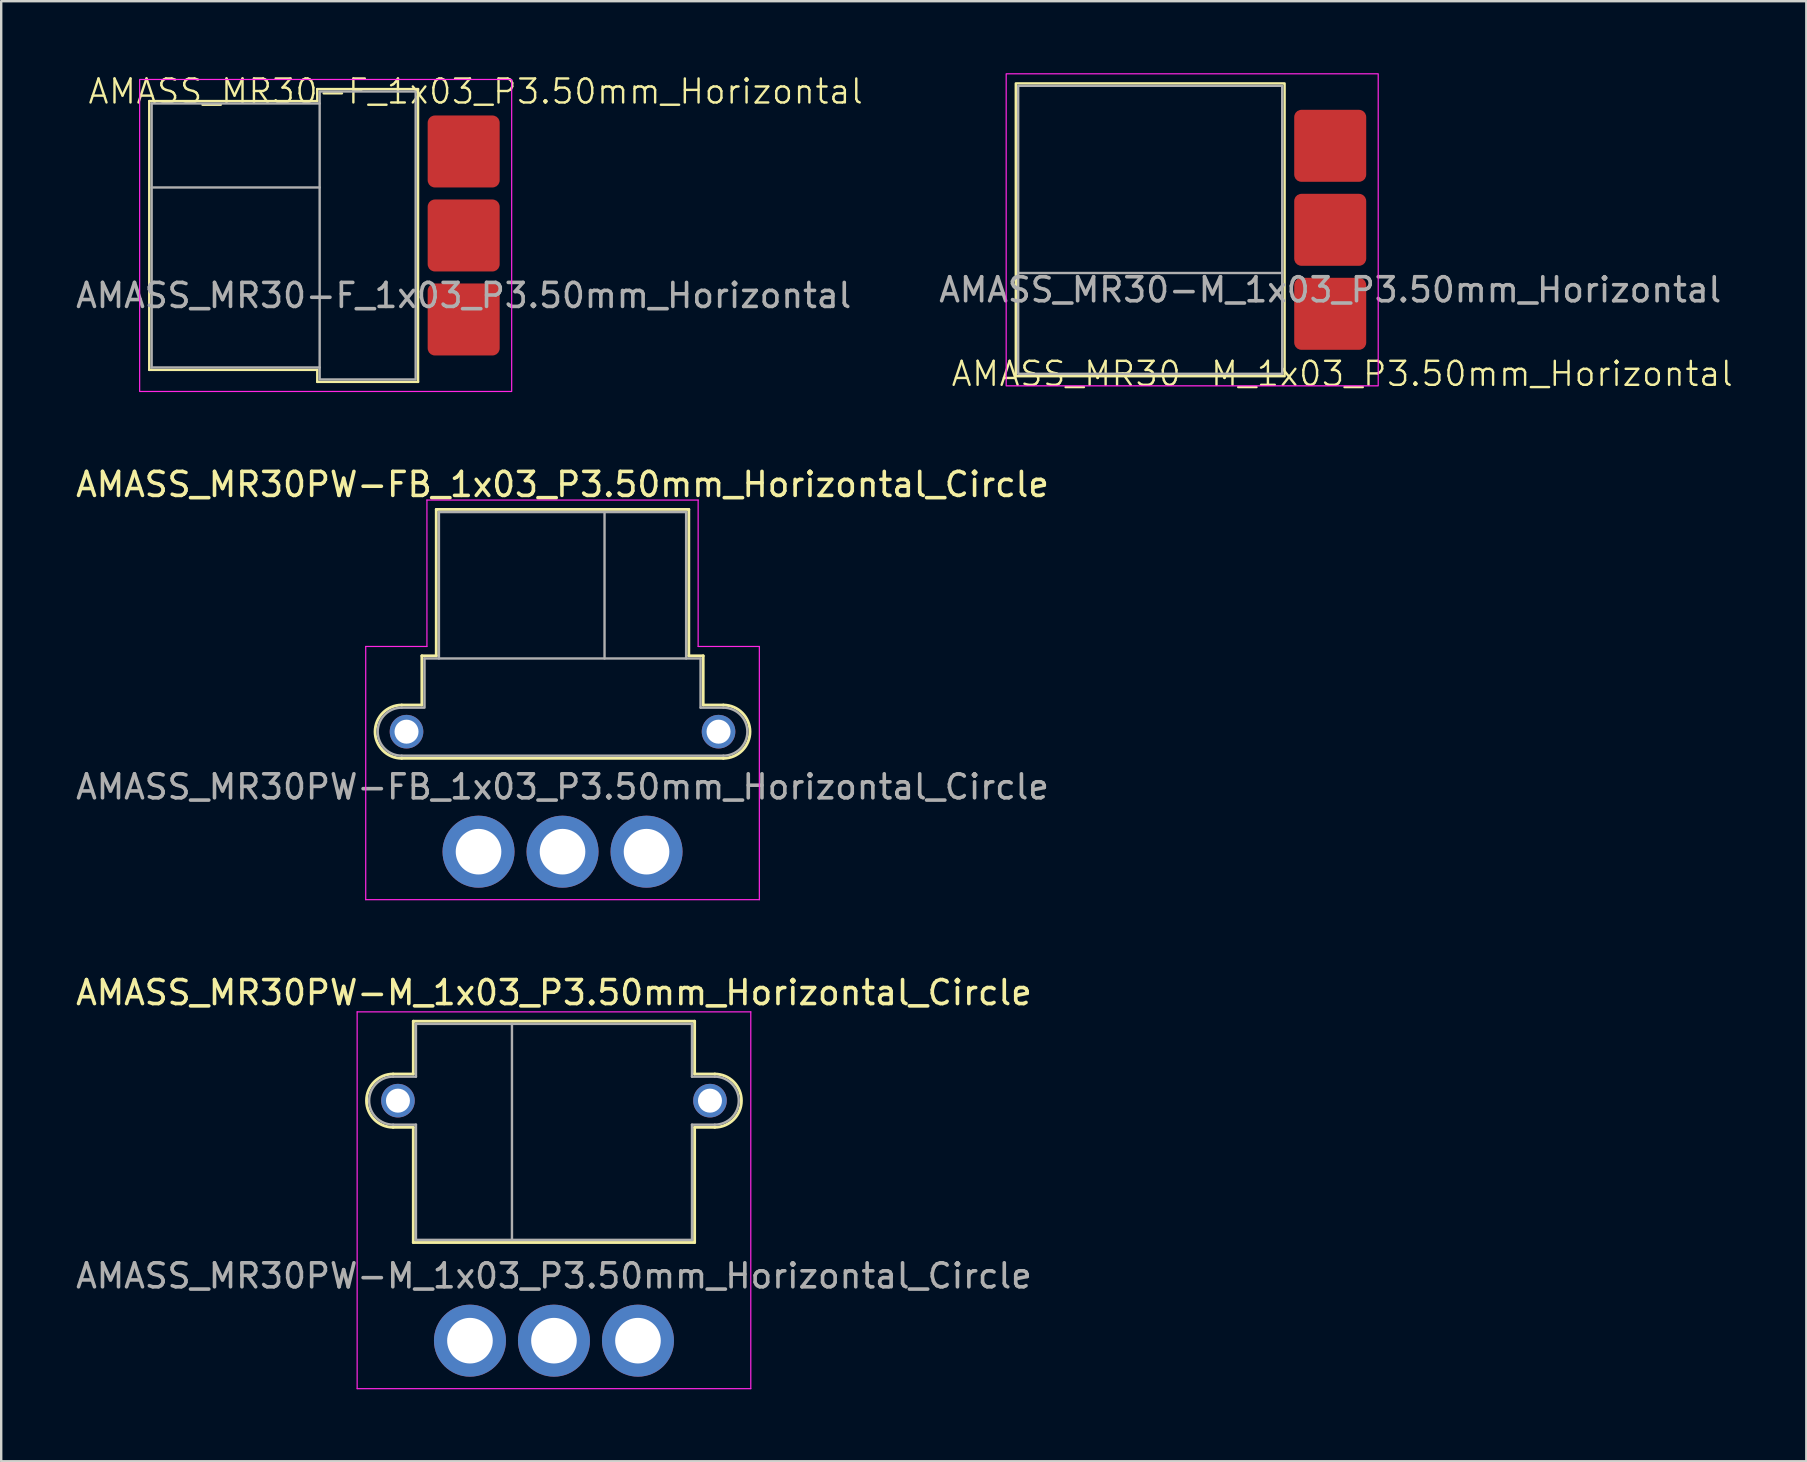
<source format=kicad_pcb>
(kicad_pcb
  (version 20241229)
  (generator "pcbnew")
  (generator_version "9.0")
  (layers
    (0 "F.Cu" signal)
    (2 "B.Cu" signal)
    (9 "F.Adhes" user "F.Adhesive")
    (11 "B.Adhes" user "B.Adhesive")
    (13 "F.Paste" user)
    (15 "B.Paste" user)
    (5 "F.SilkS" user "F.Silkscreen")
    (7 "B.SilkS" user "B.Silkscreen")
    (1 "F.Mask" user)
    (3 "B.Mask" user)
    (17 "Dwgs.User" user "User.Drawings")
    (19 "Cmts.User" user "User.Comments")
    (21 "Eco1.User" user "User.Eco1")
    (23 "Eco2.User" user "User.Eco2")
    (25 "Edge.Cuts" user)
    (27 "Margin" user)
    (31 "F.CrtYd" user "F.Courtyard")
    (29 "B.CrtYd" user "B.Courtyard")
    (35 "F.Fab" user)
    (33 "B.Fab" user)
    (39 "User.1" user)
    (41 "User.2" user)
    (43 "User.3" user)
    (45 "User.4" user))
  (footprint "AMASS_MR30PW-M_1x03_P3.50mm_Horizontal_Circle"
    (layer "F.Cu")
    (at 16.53 52.807)
    (property "Reference" "AMASS_MR30PW-M_1x03_P3.50mm_Horizontal_Circle" (at 3.5 -14.5 0) (layer "F.SilkS") (effects (font (size 1 1) (thickness 0.15))))
    (attr through_hole)
    (fp_line (start -3.2 -11.11) (end -2.36 -11.11) (stroke (width 0.12) (type solid)) (layer "F.SilkS"))
    (fp_line (start -3.2 -8.89) (end -2.36 -8.89) (stroke (width 0.12) (type solid)) (layer "F.SilkS"))
    (fp_line (start -2.36 -13.31) (end -2.36 -11.11) (stroke (width 0.12) (type solid)) (layer "F.SilkS"))
    (fp_line (start -2.36 -13.31) (end 9.36 -13.31) (stroke (width 0.12) (type solid)) (layer "F.SilkS"))
    (fp_line (start -2.36 -8.89) (end -2.36 -4.09) (stroke (width 0.12) (type solid)) (layer "F.SilkS"))
    (fp_line (start -2.36 -4.09) (end 9.36 -4.09) (stroke (width 0.12) (type solid)) (layer "F.SilkS"))
    (fp_line (start 9.36 -13.31) (end 9.36 -11.11) (stroke (width 0.12) (type solid)) (layer "F.SilkS"))
    (fp_line (start 9.36 -11.11) (end 10.2 -11.11) (stroke (width 0.12) (type solid)) (layer "F.SilkS"))
    (fp_line (start 9.36 -8.89) (end 9.36 -4.09) (stroke (width 0.12) (type solid)) (layer "F.SilkS"))
    (fp_line (start 9.36 -8.89) (end 10.2 -8.89) (stroke (width 0.12) (type solid)) (layer "F.SilkS"))
    (fp_arc (start -3.2 -8.89) (mid -4.31 -10) (end -3.2 -11.11) (stroke (width 0.12) (type solid)) (layer "F.SilkS"))
    (fp_arc (start 10.2 -11.11) (mid 11.31 -10) (end 10.2 -8.89) (stroke (width 0.12) (type solid)) (layer "F.SilkS"))
    (fp_line (start -4.7 -13.7) (end -4.7 2) (stroke (width 0.05) (type solid)) (layer "F.CrtYd"))
    (fp_line (start -4.7 -13.7) (end 11.7 -13.7) (stroke (width 0.05) (type solid)) (layer "F.CrtYd"))
    (fp_line (start -4.7 2) (end 11.7 2) (stroke (width 0.05) (type solid)) (layer "F.CrtYd"))
    (fp_line (start 11.7 -13.7) (end 11.7 2) (stroke (width 0.05) (type solid)) (layer "F.CrtYd"))
    (fp_line (start -3.2 -11) (end -2.25 -11) (stroke (width 0.1) (type solid)) (layer "F.Fab"))
    (fp_line (start -3.2 -9) (end -2.25 -9) (stroke (width 0.1) (type solid)) (layer "F.Fab"))
    (fp_line (start -2.25 -13.2) (end -2.25 -11) (stroke (width 0.1) (type solid)) (layer "F.Fab"))
    (fp_line (start -2.25 -13.2) (end 9.25 -13.2) (stroke (width 0.1) (type solid)) (layer "F.Fab"))
    (fp_line (start -2.25 -9) (end -2.25 -4.2) (stroke (width 0.1) (type solid)) (layer "F.Fab"))
    (fp_line (start -2.25 -4.2) (end 9.25 -4.2) (stroke (width 0.1) (type solid)) (layer "F.Fab"))
    (fp_line (start 1.75 -13.2) (end 1.75 -4.2) (stroke (width 0.1) (type solid)) (layer "F.Fab"))
    (fp_line (start 9.25 -13.2) (end 9.25 -11) (stroke (width 0.1) (type solid)) (layer "F.Fab"))
    (fp_line (start 9.25 -11) (end 10.2 -11) (stroke (width 0.1) (type solid)) (layer "F.Fab"))
    (fp_line (start 9.25 -9) (end 9.25 -4.2) (stroke (width 0.1) (type solid)) (layer "F.Fab"))
    (fp_line (start 9.25 -9) (end 10.2 -9) (stroke (width 0.1) (type solid)) (layer "F.Fab"))
    (fp_arc (start -3.2 -9) (mid -4.2 -10) (end -3.2 -11) (stroke (width 0.1) (type solid)) (layer "F.Fab"))
    (fp_arc (start 10.2 -11) (mid 11.2 -10) (end 10.2 -9) (stroke (width 0.1) (type solid)) (layer "F.Fab"))
    (fp_text user "${REFERENCE}" (at 3.5 -2.7 0) (layer "F.Fab") (effects (font (size 1 1) (thickness 0.15))))
    (pad "" thru_hole circle (at -3 -10) (size 1.4 1.4) (drill 1) (layers "*.Cu" "*.Mask"))
    (pad "" thru_hole circle (at 10 -10) (size 1.4 1.4) (drill 1) (layers "*.Cu" "*.Mask"))
    (pad "1" thru_hole circle (at 0 0) (size 3 3) (drill 1.9) (layers "*.Cu" "*.Mask"))
    (pad "2" thru_hole circle (at 3.5 0) (size 3 3) (drill 1.9) (layers "*.Cu" "*.Mask"))
    (pad "3" thru_hole circle (at 7 0) (size 3 3) (drill 1.9) (layers "*.Cu" "*.Mask")))
  (footprint "AMASS_MR30-M_1x03_P3.50mm_Horizontal"
    (layer "F.Cu")
    (at 52.371 6.525)
    (property "Reference" "AMASS_MR30-M_1x03_P3.50mm_Horizontal" (at 0.5 6 0) (unlocked yes) (layer "F.SilkS") (effects (font (size 1 1) (thickness 0.1))))
    (attr smd)
    (fp_rect (start -13.1 -6.1) (end -1.9 6.1) (stroke (width 0.1) (type default)) (fill no) (layer "F.SilkS"))
    (fp_rect (start -13.5 -6.5) (end 2 6.5) (stroke (width 0.05) (type default)) (fill no) (layer "F.CrtYd"))
    (fp_line (start -2 1.8) (end -13 1.8) (stroke (width 0.1) (type default)) (layer "F.Fab"))
    (fp_rect (start -13 -6) (end -2 6) (stroke (width 0.1) (type default)) (fill no) (layer "F.Fab"))
    (fp_text user "${REFERENCE}" (at 0 2.5 0) (unlocked yes) (layer "F.Fab") (effects (font (size 1 1) (thickness 0.15))))
    (pad "1" smd roundrect (at 0 3.5) (size 3 3) (layers "F.Cu" "F.Mask" "F.Paste") (roundrect_rratio 0.1))
    (pad "2" smd roundrect (at 0 0) (size 3 3) (layers "F.Cu" "F.Mask" "F.Paste") (roundrect_rratio 0.1))
    (pad "3" smd roundrect (at 0 -3.5) (size 3 3) (layers "F.Cu" "F.Mask" "F.Paste") (roundrect_rratio 0.1)))
  (footprint "AMASS_MR30-F_1x03_P3.50mm_Horizontal"
    (layer "F.Cu")
    (at 16.268 6.761)
    (property "Reference" "AMASS_MR30-F_1x03_P3.50mm_Horizontal" (at 0.5 -6 0) (unlocked yes) (layer "F.SilkS") (effects (font (size 1 1) (thickness 0.1))))
    (attr smd)
    (fp_line (start -13.1 -5.6) (end -13.1 5.6) (stroke (width 0.1) (type default)) (layer "F.SilkS"))
    (fp_line (start -13.1 5.6) (end -6.1 5.6) (stroke (width 0.1) (type default)) (layer "F.SilkS"))
    (fp_line (start -6.1 -6.1) (end -6.1 -5.6) (stroke (width 0.1) (type default)) (layer "F.SilkS"))
    (fp_line (start -6.1 -5.6) (end -13.1 -5.6) (stroke (width 0.1) (type default)) (layer "F.SilkS"))
    (fp_line (start -6.1 5.6) (end -6.1 6.1) (stroke (width 0.1) (type default)) (layer "F.SilkS"))
    (fp_line (start -6.1 6.1) (end -1.9 6.1) (stroke (width 0.1) (type default)) (layer "F.SilkS"))
    (fp_line (start -1.9 -6.1) (end -6.1 -6.1) (stroke (width 0.1) (type default)) (layer "F.SilkS"))
    (fp_line (start -1.9 6.1) (end -1.9 -6.1) (stroke (width 0.1) (type default)) (layer "F.SilkS"))
    (fp_rect (start -13.5 -6.5) (end 2 6.5) (stroke (width 0.05) (type default)) (fill no) (layer "F.CrtYd"))
    (fp_line (start -13 -5.5) (end -13 5.5) (stroke (width 0.1) (type default)) (layer "F.Fab"))
    (fp_line (start -13 5.5) (end -6 5.5) (stroke (width 0.1) (type default)) (layer "F.Fab"))
    (fp_line (start -6 -5.5) (end -13 -5.5) (stroke (width 0.1) (type default)) (layer "F.Fab"))
    (fp_line (start -6 -2) (end -13 -2) (stroke (width 0.1) (type default)) (layer "F.Fab"))
    (fp_rect (start -6 -6) (end -2 6) (stroke (width 0.1) (type default)) (fill no) (layer "F.Fab"))
    (fp_text user "${REFERENCE}" (at 0 2.5 0) (unlocked yes) (layer "F.Fab") (effects (font (size 1 1) (thickness 0.15))))
    (pad "1" smd roundrect (at 0 -3.5) (size 3 3) (layers "F.Cu" "F.Mask" "F.Paste") (roundrect_rratio 0.1))
    (pad "2" smd roundrect (at 0 0) (size 3 3) (layers "F.Cu" "F.Mask" "F.Paste") (roundrect_rratio 0.1))
    (pad "3" smd roundrect (at 0 3.5) (size 3 3) (layers "F.Cu" "F.Mask" "F.Paste") (roundrect_rratio 0.1)))
  (footprint "AMASS_MR30PW-FB_1x03_P3.50mm_Horizontal_Circle"
    (layer "F.Cu")
    (at 23.887 32.434)
    (property "Reference" "AMASS_MR30PW-FB_1x03_P3.50mm_Horizontal_Circle" (at -3.5 -15.3 0) (layer "F.SilkS") (effects (font (size 1 1) (thickness 0.15))))
    (attr through_hole)
    (fp_line (start -10.2 -6.11) (end -9.36 -6.11) (stroke (width 0.12) (type solid)) (layer "F.SilkS"))
    (fp_line (start -10.2 -3.89) (end 3.2 -3.89) (stroke (width 0.12) (type solid)) (layer "F.SilkS"))
    (fp_line (start -9.36 -8.16) (end -9.36 -6.11) (stroke (width 0.12) (type solid)) (layer "F.SilkS"))
    (fp_line (start -9.36 -8.16) (end -8.76 -8.16) (stroke (width 0.12) (type solid)) (layer "F.SilkS"))
    (fp_line (start -8.76 -14.26) (end -8.76 -8.16) (stroke (width 0.12) (type solid)) (layer "F.SilkS"))
    (fp_line (start -8.76 -14.26) (end 1.76 -14.26) (stroke (width 0.12) (type solid)) (layer "F.SilkS"))
    (fp_line (start 1.76 -14.26) (end 1.76 -8.16) (stroke (width 0.12) (type solid)) (layer "F.SilkS"))
    (fp_line (start 1.76 -8.16) (end 2.36 -8.16) (stroke (width 0.12) (type solid)) (layer "F.SilkS"))
    (fp_line (start 2.36 -8.16) (end 2.36 -6.11) (stroke (width 0.12) (type solid)) (layer "F.SilkS"))
    (fp_line (start 2.36 -6.11) (end 3.2 -6.11) (stroke (width 0.12) (type solid)) (layer "F.SilkS"))
    (fp_arc (start -10.2 -3.89) (mid -11.31 -5) (end -10.2 -6.11) (stroke (width 0.12) (type solid)) (layer "F.SilkS"))
    (fp_arc (start 3.2 -6.11) (mid 4.31 -5) (end 3.2 -3.89) (stroke (width 0.12) (type solid)) (layer "F.SilkS"))
    (fp_line (start -11.7 -8.55) (end -11.7 2) (stroke (width 0.05) (type solid)) (layer "F.CrtYd"))
    (fp_line (start -11.7 2) (end 4.7 2) (stroke (width 0.05) (type solid)) (layer "F.CrtYd"))
    (fp_line (start -9.15 -14.65) (end -9.15 -8.55) (stroke (width 0.05) (type solid)) (layer "F.CrtYd"))
    (fp_line (start -9.15 -14.65) (end 2.15 -14.65) (stroke (width 0.05) (type solid)) (layer "F.CrtYd"))
    (fp_line (start -9.15 -8.55) (end -11.7 -8.55) (stroke (width 0.05) (type solid)) (layer "F.CrtYd"))
    (fp_line (start 2.15 -14.65) (end 2.15 -8.55) (stroke (width 0.05) (type solid)) (layer "F.CrtYd"))
    (fp_line (start 4.7 -8.55) (end 2.15 -8.55) (stroke (width 0.05) (type solid)) (layer "F.CrtYd"))
    (fp_line (start 4.7 -8.55) (end 4.7 2) (stroke (width 0.05) (type solid)) (layer "F.CrtYd"))
    (fp_line (start -10.2 -6) (end -9.25 -6) (stroke (width 0.1) (type solid)) (layer "F.Fab"))
    (fp_line (start -10.2 -4) (end 3.2 -4) (stroke (width 0.1) (type solid)) (layer "F.Fab"))
    (fp_line (start -9.25 -8.05) (end -9.25 -6.05) (stroke (width 0.1) (type solid)) (layer "F.Fab"))
    (fp_line (start -9.25 -8.05) (end 2.25 -8.05) (stroke (width 0.1) (type solid)) (layer "F.Fab"))
    (fp_line (start -8.65 -14.15) (end -8.65 -8.05) (stroke (width 0.1) (type solid)) (layer "F.Fab"))
    (fp_line (start -8.65 -14.15) (end 1.65 -14.15) (stroke (width 0.1) (type solid)) (layer "F.Fab"))
    (fp_line (start -1.75 -14.15) (end -1.75 -8.05) (stroke (width 0.1) (type solid)) (layer "F.Fab"))
    (fp_line (start 1.65 -14.15) (end 1.65 -8.05) (stroke (width 0.1) (type solid)) (layer "F.Fab"))
    (fp_line (start 2.25 -8.05) (end 2.25 -6) (stroke (width 0.1) (type solid)) (layer "F.Fab"))
    (fp_line (start 2.255 -6) (end 3.2 -6) (stroke (width 0.1) (type solid)) (layer "F.Fab"))
    (fp_arc (start -10.2 -4) (mid -11.2 -5) (end -10.2 -6) (stroke (width 0.1) (type solid)) (layer "F.Fab"))
    (fp_arc (start 3.2 -6) (mid 4.2 -5) (end 3.2 -4) (stroke (width 0.1) (type solid)) (layer "F.Fab"))
    (fp_text user "${REFERENCE}" (at -3.5 -2.7 0) (layer "F.Fab") (effects (font (size 1 1) (thickness 0.15))))
    (pad "" thru_hole circle (at -10 -5) (size 1.4 1.4) (drill 1) (layers "*.Cu" "*.Mask"))
    (pad "" thru_hole circle (at 3 -5 90) (size 1.4 1.4) (drill 1) (layers "*.Cu" "*.Mask"))
    (pad "1" thru_hole circle (at 0 0) (size 3 3) (drill 1.9) (layers "*.Cu" "*.Mask"))
    (pad "2" thru_hole circle (at -3.5 0) (size 3 3) (drill 1.9) (layers "*.Cu" "*.Mask"))
    (pad "3" thru_hole circle (at -7 0) (size 3 3) (drill 1.9) (layers "*.Cu" "*.Mask")))
  (gr_rect
    (start -3 -3)
    (end 72.207 57.832)
    (stroke (width 0.1) (type default))
    (fill no)
    (layer "Edge.Cuts")))
</source>
